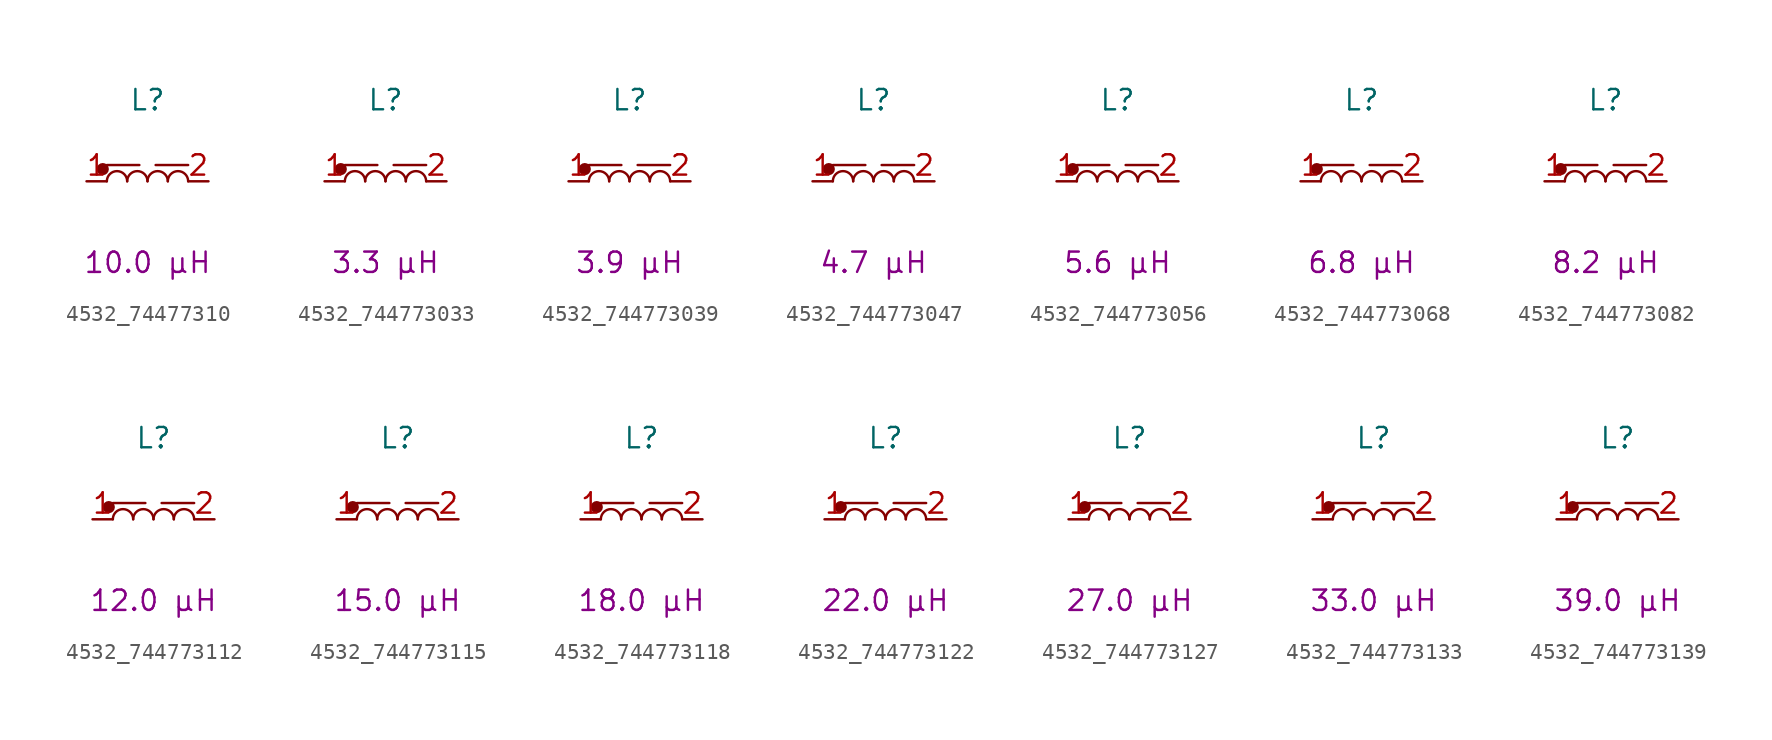
<source format=kicad_sym>
(kicad_symbol_lib
  (version 20220914)
  (generator kicad_symbol_editor)
  (symbol "4532_74477310"
    (pin_names hide)
    (property "Reference" "L"
      (at 0 5.08 0)
      (effects (font (size 1.27 1.27))))
    (property "Critical Parameter" "10.0 µH"
      (at 0 -5.08 0)
      (effects (font (size 1.27 1.27))))
    (symbol "4532_74477310_0_1"
      (arc (start -1.27 0) (mid -1.905 0.6323) (end -2.54 0) (stroke (width 0) (type default)) (fill (type none)))
      (arc (start 0 0) (mid -0.635 0.6323) (end -1.27 0) (stroke (width 0) (type default)) (fill (type none)))
      (polyline (pts (xy -2.54 1.016) (xy -0.508 1.016)) (stroke (width 0) (type default)) (fill (type none)))
      (arc (start 1.27 0) (mid 0.635 0.6323) (end 0 0) (stroke (width 0) (type default)) (fill (type none)))
      (arc (start 2.54 0) (mid 1.905 0.6323) (end 1.27 0) (stroke (width 0) (type default)) (fill (type none))))
    (symbol "4532_74477310_1_1"
      (circle (center -2.794 0.762) (radius 0.0001) (stroke (width 0.381) (type default)) (fill (type none)))
      (polyline (pts (xy 2.54 1.016) (xy 0.508 1.016)) (stroke (width 0) (type default)) (fill (type none)))
      (pin passive line (at -3.81 0 0) (length 1.27) (name "1" (effects (font (size 1.27 1.27)))) (number "1" (effects (font (size 1.27 1.27)))))
      (pin passive line (at 3.81 0 180) (length 1.27) (name "2" (effects (font (size 1.27 1.27)))) (number "2" (effects (font (size 1.27 1.27)))))))
  (symbol "4532_744773033"
    (pin_names hide)
    (property "Reference" "L"
      (at 0 5.08 0)
      (effects (font (size 1.27 1.27))))
    (property "Critical Parameter" "3.3 µH"
      (at 0 -5.08 0)
      (effects (font (size 1.27 1.27))))
    (symbol "4532_744773033_0_1"
      (arc (start -1.27 0) (mid -1.905 0.6323) (end -2.54 0) (stroke (width 0) (type default)) (fill (type none)))
      (arc (start 0 0) (mid -0.635 0.6323) (end -1.27 0) (stroke (width 0) (type default)) (fill (type none)))
      (polyline (pts (xy -2.54 1.016) (xy -0.508 1.016)) (stroke (width 0) (type default)) (fill (type none)))
      (arc (start 1.27 0) (mid 0.635 0.6323) (end 0 0) (stroke (width 0) (type default)) (fill (type none)))
      (arc (start 2.54 0) (mid 1.905 0.6323) (end 1.27 0) (stroke (width 0) (type default)) (fill (type none))))
    (symbol "4532_744773033_1_1"
      (circle (center -2.794 0.762) (radius 0.0001) (stroke (width 0.381) (type default)) (fill (type none)))
      (polyline (pts (xy 2.54 1.016) (xy 0.508 1.016)) (stroke (width 0) (type default)) (fill (type none)))
      (pin passive line (at -3.81 0 0) (length 1.27) (name "1" (effects (font (size 1.27 1.27)))) (number "1" (effects (font (size 1.27 1.27)))))
      (pin passive line (at 3.81 0 180) (length 1.27) (name "2" (effects (font (size 1.27 1.27)))) (number "2" (effects (font (size 1.27 1.27)))))))
  (symbol "4532_744773039"
    (pin_names hide)
    (property "Reference" "L"
      (at 0 5.08 0)
      (effects (font (size 1.27 1.27))))
    (property "Critical Parameter" "3.9 µH"
      (at 0 -5.08 0)
      (effects (font (size 1.27 1.27))))
    (symbol "4532_744773039_0_1"
      (arc (start -1.27 0) (mid -1.905 0.6323) (end -2.54 0) (stroke (width 0) (type default)) (fill (type none)))
      (arc (start 0 0) (mid -0.635 0.6323) (end -1.27 0) (stroke (width 0) (type default)) (fill (type none)))
      (polyline (pts (xy -2.54 1.016) (xy -0.508 1.016)) (stroke (width 0) (type default)) (fill (type none)))
      (arc (start 1.27 0) (mid 0.635 0.6323) (end 0 0) (stroke (width 0) (type default)) (fill (type none)))
      (arc (start 2.54 0) (mid 1.905 0.6323) (end 1.27 0) (stroke (width 0) (type default)) (fill (type none))))
    (symbol "4532_744773039_1_1"
      (circle (center -2.794 0.762) (radius 0.0001) (stroke (width 0.381) (type default)) (fill (type none)))
      (polyline (pts (xy 2.54 1.016) (xy 0.508 1.016)) (stroke (width 0) (type default)) (fill (type none)))
      (pin passive line (at -3.81 0 0) (length 1.27) (name "1" (effects (font (size 1.27 1.27)))) (number "1" (effects (font (size 1.27 1.27)))))
      (pin passive line (at 3.81 0 180) (length 1.27) (name "2" (effects (font (size 1.27 1.27)))) (number "2" (effects (font (size 1.27 1.27)))))))
  (symbol "4532_744773047"
    (pin_names hide)
    (property "Reference" "L"
      (at 0 5.08 0)
      (effects (font (size 1.27 1.27))))
    (property "Critical Parameter" "4.7 µH"
      (at 0 -5.08 0)
      (effects (font (size 1.27 1.27))))
    (symbol "4532_744773047_0_1"
      (arc (start -1.27 0) (mid -1.905 0.6323) (end -2.54 0) (stroke (width 0) (type default)) (fill (type none)))
      (arc (start 0 0) (mid -0.635 0.6323) (end -1.27 0) (stroke (width 0) (type default)) (fill (type none)))
      (polyline (pts (xy -2.54 1.016) (xy -0.508 1.016)) (stroke (width 0) (type default)) (fill (type none)))
      (arc (start 1.27 0) (mid 0.635 0.6323) (end 0 0) (stroke (width 0) (type default)) (fill (type none)))
      (arc (start 2.54 0) (mid 1.905 0.6323) (end 1.27 0) (stroke (width 0) (type default)) (fill (type none))))
    (symbol "4532_744773047_1_1"
      (circle (center -2.794 0.762) (radius 0.0001) (stroke (width 0.381) (type default)) (fill (type none)))
      (polyline (pts (xy 2.54 1.016) (xy 0.508 1.016)) (stroke (width 0) (type default)) (fill (type none)))
      (pin passive line (at -3.81 0 0) (length 1.27) (name "1" (effects (font (size 1.27 1.27)))) (number "1" (effects (font (size 1.27 1.27)))))
      (pin passive line (at 3.81 0 180) (length 1.27) (name "2" (effects (font (size 1.27 1.27)))) (number "2" (effects (font (size 1.27 1.27)))))))
  (symbol "4532_744773056"
    (pin_names hide)
    (property "Reference" "L"
      (at 0 5.08 0)
      (effects (font (size 1.27 1.27))))
    (property "Critical Parameter" "5.6 µH"
      (at 0 -5.08 0)
      (effects (font (size 1.27 1.27))))
    (symbol "4532_744773056_0_1"
      (arc (start -1.27 0) (mid -1.905 0.6323) (end -2.54 0) (stroke (width 0) (type default)) (fill (type none)))
      (arc (start 0 0) (mid -0.635 0.6323) (end -1.27 0) (stroke (width 0) (type default)) (fill (type none)))
      (polyline (pts (xy -2.54 1.016) (xy -0.508 1.016)) (stroke (width 0) (type default)) (fill (type none)))
      (arc (start 1.27 0) (mid 0.635 0.6323) (end 0 0) (stroke (width 0) (type default)) (fill (type none)))
      (arc (start 2.54 0) (mid 1.905 0.6323) (end 1.27 0) (stroke (width 0) (type default)) (fill (type none))))
    (symbol "4532_744773056_1_1"
      (circle (center -2.794 0.762) (radius 0.0001) (stroke (width 0.381) (type default)) (fill (type none)))
      (polyline (pts (xy 2.54 1.016) (xy 0.508 1.016)) (stroke (width 0) (type default)) (fill (type none)))
      (pin passive line (at -3.81 0 0) (length 1.27) (name "1" (effects (font (size 1.27 1.27)))) (number "1" (effects (font (size 1.27 1.27)))))
      (pin passive line (at 3.81 0 180) (length 1.27) (name "2" (effects (font (size 1.27 1.27)))) (number "2" (effects (font (size 1.27 1.27)))))))
  (symbol "4532_744773068"
    (pin_names hide)
    (property "Reference" "L"
      (at 0 5.08 0)
      (effects (font (size 1.27 1.27))))
    (property "Critical Parameter" "6.8 µH"
      (at 0 -5.08 0)
      (effects (font (size 1.27 1.27))))
    (symbol "4532_744773068_0_1"
      (arc (start -1.27 0) (mid -1.905 0.6323) (end -2.54 0) (stroke (width 0) (type default)) (fill (type none)))
      (arc (start 0 0) (mid -0.635 0.6323) (end -1.27 0) (stroke (width 0) (type default)) (fill (type none)))
      (polyline (pts (xy -2.54 1.016) (xy -0.508 1.016)) (stroke (width 0) (type default)) (fill (type none)))
      (arc (start 1.27 0) (mid 0.635 0.6323) (end 0 0) (stroke (width 0) (type default)) (fill (type none)))
      (arc (start 2.54 0) (mid 1.905 0.6323) (end 1.27 0) (stroke (width 0) (type default)) (fill (type none))))
    (symbol "4532_744773068_1_1"
      (circle (center -2.794 0.762) (radius 0.0001) (stroke (width 0.381) (type default)) (fill (type none)))
      (polyline (pts (xy 2.54 1.016) (xy 0.508 1.016)) (stroke (width 0) (type default)) (fill (type none)))
      (pin passive line (at -3.81 0 0) (length 1.27) (name "1" (effects (font (size 1.27 1.27)))) (number "1" (effects (font (size 1.27 1.27)))))
      (pin passive line (at 3.81 0 180) (length 1.27) (name "2" (effects (font (size 1.27 1.27)))) (number "2" (effects (font (size 1.27 1.27)))))))
  (symbol "4532_744773082"
    (pin_names hide)
    (property "Reference" "L"
      (at 0 5.08 0)
      (effects (font (size 1.27 1.27))))
    (property "Critical Parameter" "8.2 µH"
      (at 0 -5.08 0)
      (effects (font (size 1.27 1.27))))
    (symbol "4532_744773082_0_1"
      (arc (start -1.27 0) (mid -1.905 0.6323) (end -2.54 0) (stroke (width 0) (type default)) (fill (type none)))
      (arc (start 0 0) (mid -0.635 0.6323) (end -1.27 0) (stroke (width 0) (type default)) (fill (type none)))
      (polyline (pts (xy -2.54 1.016) (xy -0.508 1.016)) (stroke (width 0) (type default)) (fill (type none)))
      (arc (start 1.27 0) (mid 0.635 0.6323) (end 0 0) (stroke (width 0) (type default)) (fill (type none)))
      (arc (start 2.54 0) (mid 1.905 0.6323) (end 1.27 0) (stroke (width 0) (type default)) (fill (type none))))
    (symbol "4532_744773082_1_1"
      (circle (center -2.794 0.762) (radius 0.0001) (stroke (width 0.381) (type default)) (fill (type none)))
      (polyline (pts (xy 2.54 1.016) (xy 0.508 1.016)) (stroke (width 0) (type default)) (fill (type none)))
      (pin passive line (at -3.81 0 0) (length 1.27) (name "1" (effects (font (size 1.27 1.27)))) (number "1" (effects (font (size 1.27 1.27)))))
      (pin passive line (at 3.81 0 180) (length 1.27) (name "2" (effects (font (size 1.27 1.27)))) (number "2" (effects (font (size 1.27 1.27)))))))
  (symbol "4532_744773112"
    (pin_names hide)
    (property "Reference" "L"
      (at 0 5.08 0)
      (effects (font (size 1.27 1.27))))
    (property "Critical Parameter" "12.0 µH"
      (at 0 -5.08 0)
      (effects (font (size 1.27 1.27))))
    (symbol "4532_744773112_0_1"
      (arc (start -1.27 0) (mid -1.905 0.6323) (end -2.54 0) (stroke (width 0) (type default)) (fill (type none)))
      (arc (start 0 0) (mid -0.635 0.6323) (end -1.27 0) (stroke (width 0) (type default)) (fill (type none)))
      (polyline (pts (xy -2.54 1.016) (xy -0.508 1.016)) (stroke (width 0) (type default)) (fill (type none)))
      (arc (start 1.27 0) (mid 0.635 0.6323) (end 0 0) (stroke (width 0) (type default)) (fill (type none)))
      (arc (start 2.54 0) (mid 1.905 0.6323) (end 1.27 0) (stroke (width 0) (type default)) (fill (type none))))
    (symbol "4532_744773112_1_1"
      (circle (center -2.794 0.762) (radius 0.0001) (stroke (width 0.381) (type default)) (fill (type none)))
      (polyline (pts (xy 2.54 1.016) (xy 0.508 1.016)) (stroke (width 0) (type default)) (fill (type none)))
      (pin passive line (at -3.81 0 0) (length 1.27) (name "1" (effects (font (size 1.27 1.27)))) (number "1" (effects (font (size 1.27 1.27)))))
      (pin passive line (at 3.81 0 180) (length 1.27) (name "2" (effects (font (size 1.27 1.27)))) (number "2" (effects (font (size 1.27 1.27)))))))
  (symbol "4532_744773115"
    (pin_names hide)
    (property "Reference" "L"
      (at 0 5.08 0)
      (effects (font (size 1.27 1.27))))
    (property "Critical Parameter" "15.0 µH"
      (at 0 -5.08 0)
      (effects (font (size 1.27 1.27))))
    (symbol "4532_744773115_0_1"
      (arc (start -1.27 0) (mid -1.905 0.6323) (end -2.54 0) (stroke (width 0) (type default)) (fill (type none)))
      (arc (start 0 0) (mid -0.635 0.6323) (end -1.27 0) (stroke (width 0) (type default)) (fill (type none)))
      (polyline (pts (xy -2.54 1.016) (xy -0.508 1.016)) (stroke (width 0) (type default)) (fill (type none)))
      (arc (start 1.27 0) (mid 0.635 0.6323) (end 0 0) (stroke (width 0) (type default)) (fill (type none)))
      (arc (start 2.54 0) (mid 1.905 0.6323) (end 1.27 0) (stroke (width 0) (type default)) (fill (type none))))
    (symbol "4532_744773115_1_1"
      (circle (center -2.794 0.762) (radius 0.0001) (stroke (width 0.381) (type default)) (fill (type none)))
      (polyline (pts (xy 2.54 1.016) (xy 0.508 1.016)) (stroke (width 0) (type default)) (fill (type none)))
      (pin passive line (at -3.81 0 0) (length 1.27) (name "1" (effects (font (size 1.27 1.27)))) (number "1" (effects (font (size 1.27 1.27)))))
      (pin passive line (at 3.81 0 180) (length 1.27) (name "2" (effects (font (size 1.27 1.27)))) (number "2" (effects (font (size 1.27 1.27)))))))
  (symbol "4532_744773118"
    (pin_names hide)
    (property "Reference" "L"
      (at 0 5.08 0)
      (effects (font (size 1.27 1.27))))
    (property "Critical Parameter" "18.0 µH"
      (at 0 -5.08 0)
      (effects (font (size 1.27 1.27))))
    (symbol "4532_744773118_0_1"
      (arc (start -1.27 0) (mid -1.905 0.6323) (end -2.54 0) (stroke (width 0) (type default)) (fill (type none)))
      (arc (start 0 0) (mid -0.635 0.6323) (end -1.27 0) (stroke (width 0) (type default)) (fill (type none)))
      (polyline (pts (xy -2.54 1.016) (xy -0.508 1.016)) (stroke (width 0) (type default)) (fill (type none)))
      (arc (start 1.27 0) (mid 0.635 0.6323) (end 0 0) (stroke (width 0) (type default)) (fill (type none)))
      (arc (start 2.54 0) (mid 1.905 0.6323) (end 1.27 0) (stroke (width 0) (type default)) (fill (type none))))
    (symbol "4532_744773118_1_1"
      (circle (center -2.794 0.762) (radius 0.0001) (stroke (width 0.381) (type default)) (fill (type none)))
      (polyline (pts (xy 2.54 1.016) (xy 0.508 1.016)) (stroke (width 0) (type default)) (fill (type none)))
      (pin passive line (at -3.81 0 0) (length 1.27) (name "1" (effects (font (size 1.27 1.27)))) (number "1" (effects (font (size 1.27 1.27)))))
      (pin passive line (at 3.81 0 180) (length 1.27) (name "2" (effects (font (size 1.27 1.27)))) (number "2" (effects (font (size 1.27 1.27)))))))
  (symbol "4532_744773122"
    (pin_names hide)
    (property "Reference" "L"
      (at 0 5.08 0)
      (effects (font (size 1.27 1.27))))
    (property "Critical Parameter" "22.0 µH"
      (at 0 -5.08 0)
      (effects (font (size 1.27 1.27))))
    (symbol "4532_744773122_0_1"
      (arc (start -1.27 0) (mid -1.905 0.6323) (end -2.54 0) (stroke (width 0) (type default)) (fill (type none)))
      (arc (start 0 0) (mid -0.635 0.6323) (end -1.27 0) (stroke (width 0) (type default)) (fill (type none)))
      (polyline (pts (xy -2.54 1.016) (xy -0.508 1.016)) (stroke (width 0) (type default)) (fill (type none)))
      (arc (start 1.27 0) (mid 0.635 0.6323) (end 0 0) (stroke (width 0) (type default)) (fill (type none)))
      (arc (start 2.54 0) (mid 1.905 0.6323) (end 1.27 0) (stroke (width 0) (type default)) (fill (type none))))
    (symbol "4532_744773122_1_1"
      (circle (center -2.794 0.762) (radius 0.0001) (stroke (width 0.381) (type default)) (fill (type none)))
      (polyline (pts (xy 2.54 1.016) (xy 0.508 1.016)) (stroke (width 0) (type default)) (fill (type none)))
      (pin passive line (at -3.81 0 0) (length 1.27) (name "1" (effects (font (size 1.27 1.27)))) (number "1" (effects (font (size 1.27 1.27)))))
      (pin passive line (at 3.81 0 180) (length 1.27) (name "2" (effects (font (size 1.27 1.27)))) (number "2" (effects (font (size 1.27 1.27)))))))
  (symbol "4532_744773127"
    (pin_names hide)
    (property "Reference" "L"
      (at 0 5.08 0)
      (effects (font (size 1.27 1.27))))
    (property "Critical Parameter" "27.0 µH"
      (at 0 -5.08 0)
      (effects (font (size 1.27 1.27))))
    (symbol "4532_744773127_0_1"
      (arc (start -1.27 0) (mid -1.905 0.6323) (end -2.54 0) (stroke (width 0) (type default)) (fill (type none)))
      (arc (start 0 0) (mid -0.635 0.6323) (end -1.27 0) (stroke (width 0) (type default)) (fill (type none)))
      (polyline (pts (xy -2.54 1.016) (xy -0.508 1.016)) (stroke (width 0) (type default)) (fill (type none)))
      (arc (start 1.27 0) (mid 0.635 0.6323) (end 0 0) (stroke (width 0) (type default)) (fill (type none)))
      (arc (start 2.54 0) (mid 1.905 0.6323) (end 1.27 0) (stroke (width 0) (type default)) (fill (type none))))
    (symbol "4532_744773127_1_1"
      (circle (center -2.794 0.762) (radius 0.0001) (stroke (width 0.381) (type default)) (fill (type none)))
      (polyline (pts (xy 2.54 1.016) (xy 0.508 1.016)) (stroke (width 0) (type default)) (fill (type none)))
      (pin passive line (at -3.81 0 0) (length 1.27) (name "1" (effects (font (size 1.27 1.27)))) (number "1" (effects (font (size 1.27 1.27)))))
      (pin passive line (at 3.81 0 180) (length 1.27) (name "2" (effects (font (size 1.27 1.27)))) (number "2" (effects (font (size 1.27 1.27)))))))
  (symbol "4532_744773133"
    (pin_names hide)
    (property "Reference" "L"
      (at 0 5.08 0)
      (effects (font (size 1.27 1.27))))
    (property "Critical Parameter" "33.0 µH"
      (at 0 -5.08 0)
      (effects (font (size 1.27 1.27))))
    (symbol "4532_744773133_0_1"
      (arc (start -1.27 0) (mid -1.905 0.6323) (end -2.54 0) (stroke (width 0) (type default)) (fill (type none)))
      (arc (start 0 0) (mid -0.635 0.6323) (end -1.27 0) (stroke (width 0) (type default)) (fill (type none)))
      (polyline (pts (xy -2.54 1.016) (xy -0.508 1.016)) (stroke (width 0) (type default)) (fill (type none)))
      (arc (start 1.27 0) (mid 0.635 0.6323) (end 0 0) (stroke (width 0) (type default)) (fill (type none)))
      (arc (start 2.54 0) (mid 1.905 0.6323) (end 1.27 0) (stroke (width 0) (type default)) (fill (type none))))
    (symbol "4532_744773133_1_1"
      (circle (center -2.794 0.762) (radius 0.0001) (stroke (width 0.381) (type default)) (fill (type none)))
      (polyline (pts (xy 2.54 1.016) (xy 0.508 1.016)) (stroke (width 0) (type default)) (fill (type none)))
      (pin passive line (at -3.81 0 0) (length 1.27) (name "1" (effects (font (size 1.27 1.27)))) (number "1" (effects (font (size 1.27 1.27)))))
      (pin passive line (at 3.81 0 180) (length 1.27) (name "2" (effects (font (size 1.27 1.27)))) (number "2" (effects (font (size 1.27 1.27)))))))
  (symbol "4532_744773139"
    (pin_names hide)
    (property "Reference" "L"
      (at 0 5.08 0)
      (effects (font (size 1.27 1.27))))
    (property "Critical Parameter" "39.0 µH"
      (at 0 -5.08 0)
      (effects (font (size 1.27 1.27))))
    (symbol "4532_744773139_0_1"
      (arc (start -1.27 0) (mid -1.905 0.6323) (end -2.54 0) (stroke (width 0) (type default)) (fill (type none)))
      (arc (start 0 0) (mid -0.635 0.6323) (end -1.27 0) (stroke (width 0) (type default)) (fill (type none)))
      (polyline (pts (xy -2.54 1.016) (xy -0.508 1.016)) (stroke (width 0) (type default)) (fill (type none)))
      (arc (start 1.27 0) (mid 0.635 0.6323) (end 0 0) (stroke (width 0) (type default)) (fill (type none)))
      (arc (start 2.54 0) (mid 1.905 0.6323) (end 1.27 0) (stroke (width 0) (type default)) (fill (type none))))
    (symbol "4532_744773139_1_1"
      (circle (center -2.794 0.762) (radius 0.0001) (stroke (width 0.381) (type default)) (fill (type none)))
      (polyline (pts (xy 2.54 1.016) (xy 0.508 1.016)) (stroke (width 0) (type default)) (fill (type none)))
      (pin passive line (at -3.81 0 0) (length 1.27) (name "1" (effects (font (size 1.27 1.27)))) (number "1" (effects (font (size 1.27 1.27)))))
      (pin passive line (at 3.81 0 180) (length 1.27) (name "2" (effects (font (size 1.27 1.27)))) (number "2" (effects (font (size 1.27 1.27))))))))
</source>
